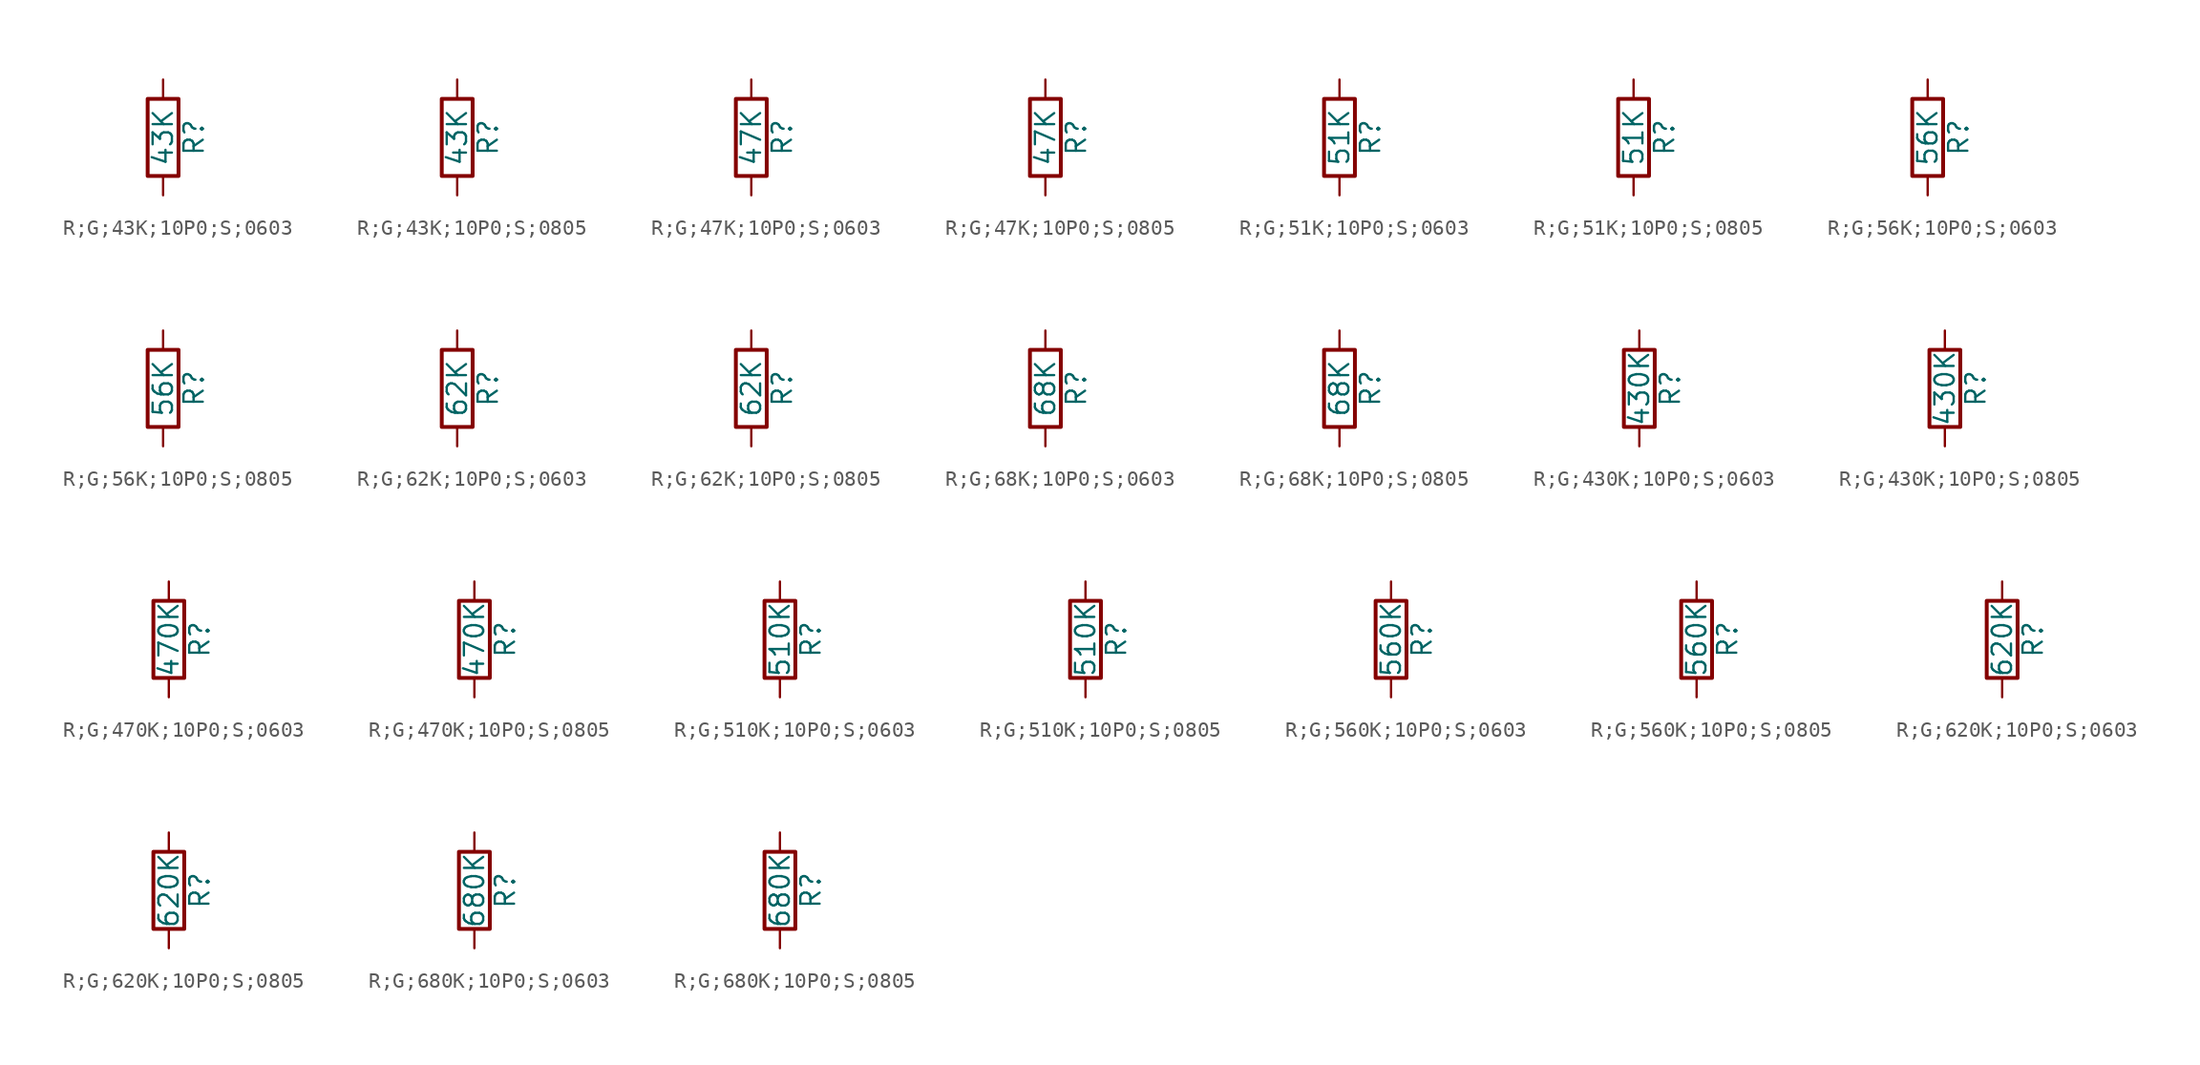
<source format=kicad_sym>
(kicad_symbol_lib
  (version 20231120)
  (generator "kicad_symbol_editor")
  (generator_version "8.0")
  (symbol "R;G;43K;10P0;S;0603"
    (pin_numbers hide)
    (pin_names
      (offset 0))
    (property "Reference" "R"
      (at 2.032 0 90)
      (effects (font (size 1.27 1.27))))
    (property "Value" "43K"
      (at 0 0 90)
      (effects (font (size 1.27 1.27))))
    (symbol "R;G;43K;10P0;S;0603_0_1"
      (rectangle (start -1.016 -2.54) (end 1.016 2.54) (stroke (width 0.254) (type default)) (fill (type none))))
    (symbol "R;G;43K;10P0;S;0603_1_1"
      (pin passive line (at 0 3.81 270) (length 1.27) (name "~" (effects (font (size 1.27 1.27)))) (number "1" (effects (font (size 1.27 1.27)))))
      (pin passive line (at 0 -3.81 90) (length 1.27) (name "~" (effects (font (size 1.27 1.27)))) (number "2" (effects (font (size 1.27 1.27)))))))
  (symbol "R;G;43K;10P0;S;0805"
    (pin_numbers hide)
    (pin_names
      (offset 0))
    (property "Reference" "R"
      (at 2.032 0 90)
      (effects (font (size 1.27 1.27))))
    (property "Value" "43K"
      (at 0 0 90)
      (effects (font (size 1.27 1.27))))
    (symbol "R;G;43K;10P0;S;0805_0_1"
      (rectangle (start -1.016 -2.54) (end 1.016 2.54) (stroke (width 0.254) (type default)) (fill (type none))))
    (symbol "R;G;43K;10P0;S;0805_1_1"
      (pin passive line (at 0 3.81 270) (length 1.27) (name "~" (effects (font (size 1.27 1.27)))) (number "1" (effects (font (size 1.27 1.27)))))
      (pin passive line (at 0 -3.81 90) (length 1.27) (name "~" (effects (font (size 1.27 1.27)))) (number "2" (effects (font (size 1.27 1.27)))))))
  (symbol "R;G;47K;10P0;S;0603"
    (pin_numbers hide)
    (pin_names
      (offset 0))
    (property "Reference" "R"
      (at 2.032 0 90)
      (effects (font (size 1.27 1.27))))
    (property "Value" "47K"
      (at 0 0 90)
      (effects (font (size 1.27 1.27))))
    (symbol "R;G;47K;10P0;S;0603_0_1"
      (rectangle (start -1.016 -2.54) (end 1.016 2.54) (stroke (width 0.254) (type default)) (fill (type none))))
    (symbol "R;G;47K;10P0;S;0603_1_1"
      (pin passive line (at 0 3.81 270) (length 1.27) (name "~" (effects (font (size 1.27 1.27)))) (number "1" (effects (font (size 1.27 1.27)))))
      (pin passive line (at 0 -3.81 90) (length 1.27) (name "~" (effects (font (size 1.27 1.27)))) (number "2" (effects (font (size 1.27 1.27)))))))
  (symbol "R;G;47K;10P0;S;0805"
    (pin_numbers hide)
    (pin_names
      (offset 0))
    (property "Reference" "R"
      (at 2.032 0 90)
      (effects (font (size 1.27 1.27))))
    (property "Value" "47K"
      (at 0 0 90)
      (effects (font (size 1.27 1.27))))
    (symbol "R;G;47K;10P0;S;0805_0_1"
      (rectangle (start -1.016 -2.54) (end 1.016 2.54) (stroke (width 0.254) (type default)) (fill (type none))))
    (symbol "R;G;47K;10P0;S;0805_1_1"
      (pin passive line (at 0 3.81 270) (length 1.27) (name "~" (effects (font (size 1.27 1.27)))) (number "1" (effects (font (size 1.27 1.27)))))
      (pin passive line (at 0 -3.81 90) (length 1.27) (name "~" (effects (font (size 1.27 1.27)))) (number "2" (effects (font (size 1.27 1.27)))))))
  (symbol "R;G;51K;10P0;S;0603"
    (pin_numbers hide)
    (pin_names
      (offset 0))
    (property "Reference" "R"
      (at 2.032 0 90)
      (effects (font (size 1.27 1.27))))
    (property "Value" "51K"
      (at 0 0 90)
      (effects (font (size 1.27 1.27))))
    (symbol "R;G;51K;10P0;S;0603_0_1"
      (rectangle (start -1.016 -2.54) (end 1.016 2.54) (stroke (width 0.254) (type default)) (fill (type none))))
    (symbol "R;G;51K;10P0;S;0603_1_1"
      (pin passive line (at 0 3.81 270) (length 1.27) (name "~" (effects (font (size 1.27 1.27)))) (number "1" (effects (font (size 1.27 1.27)))))
      (pin passive line (at 0 -3.81 90) (length 1.27) (name "~" (effects (font (size 1.27 1.27)))) (number "2" (effects (font (size 1.27 1.27)))))))
  (symbol "R;G;51K;10P0;S;0805"
    (pin_numbers hide)
    (pin_names
      (offset 0))
    (property "Reference" "R"
      (at 2.032 0 90)
      (effects (font (size 1.27 1.27))))
    (property "Value" "51K"
      (at 0 0 90)
      (effects (font (size 1.27 1.27))))
    (symbol "R;G;51K;10P0;S;0805_0_1"
      (rectangle (start -1.016 -2.54) (end 1.016 2.54) (stroke (width 0.254) (type default)) (fill (type none))))
    (symbol "R;G;51K;10P0;S;0805_1_1"
      (pin passive line (at 0 3.81 270) (length 1.27) (name "~" (effects (font (size 1.27 1.27)))) (number "1" (effects (font (size 1.27 1.27)))))
      (pin passive line (at 0 -3.81 90) (length 1.27) (name "~" (effects (font (size 1.27 1.27)))) (number "2" (effects (font (size 1.27 1.27)))))))
  (symbol "R;G;56K;10P0;S;0603"
    (pin_numbers hide)
    (pin_names
      (offset 0))
    (property "Reference" "R"
      (at 2.032 0 90)
      (effects (font (size 1.27 1.27))))
    (property "Value" "56K"
      (at 0 0 90)
      (effects (font (size 1.27 1.27))))
    (symbol "R;G;56K;10P0;S;0603_0_1"
      (rectangle (start -1.016 -2.54) (end 1.016 2.54) (stroke (width 0.254) (type default)) (fill (type none))))
    (symbol "R;G;56K;10P0;S;0603_1_1"
      (pin passive line (at 0 3.81 270) (length 1.27) (name "~" (effects (font (size 1.27 1.27)))) (number "1" (effects (font (size 1.27 1.27)))))
      (pin passive line (at 0 -3.81 90) (length 1.27) (name "~" (effects (font (size 1.27 1.27)))) (number "2" (effects (font (size 1.27 1.27)))))))
  (symbol "R;G;56K;10P0;S;0805"
    (pin_numbers hide)
    (pin_names
      (offset 0))
    (property "Reference" "R"
      (at 2.032 0 90)
      (effects (font (size 1.27 1.27))))
    (property "Value" "56K"
      (at 0 0 90)
      (effects (font (size 1.27 1.27))))
    (symbol "R;G;56K;10P0;S;0805_0_1"
      (rectangle (start -1.016 -2.54) (end 1.016 2.54) (stroke (width 0.254) (type default)) (fill (type none))))
    (symbol "R;G;56K;10P0;S;0805_1_1"
      (pin passive line (at 0 3.81 270) (length 1.27) (name "~" (effects (font (size 1.27 1.27)))) (number "1" (effects (font (size 1.27 1.27)))))
      (pin passive line (at 0 -3.81 90) (length 1.27) (name "~" (effects (font (size 1.27 1.27)))) (number "2" (effects (font (size 1.27 1.27)))))))
  (symbol "R;G;62K;10P0;S;0603"
    (pin_numbers hide)
    (pin_names
      (offset 0))
    (property "Reference" "R"
      (at 2.032 0 90)
      (effects (font (size 1.27 1.27))))
    (property "Value" "62K"
      (at 0 0 90)
      (effects (font (size 1.27 1.27))))
    (symbol "R;G;62K;10P0;S;0603_0_1"
      (rectangle (start -1.016 -2.54) (end 1.016 2.54) (stroke (width 0.254) (type default)) (fill (type none))))
    (symbol "R;G;62K;10P0;S;0603_1_1"
      (pin passive line (at 0 3.81 270) (length 1.27) (name "~" (effects (font (size 1.27 1.27)))) (number "1" (effects (font (size 1.27 1.27)))))
      (pin passive line (at 0 -3.81 90) (length 1.27) (name "~" (effects (font (size 1.27 1.27)))) (number "2" (effects (font (size 1.27 1.27)))))))
  (symbol "R;G;62K;10P0;S;0805"
    (pin_numbers hide)
    (pin_names
      (offset 0))
    (property "Reference" "R"
      (at 2.032 0 90)
      (effects (font (size 1.27 1.27))))
    (property "Value" "62K"
      (at 0 0 90)
      (effects (font (size 1.27 1.27))))
    (symbol "R;G;62K;10P0;S;0805_0_1"
      (rectangle (start -1.016 -2.54) (end 1.016 2.54) (stroke (width 0.254) (type default)) (fill (type none))))
    (symbol "R;G;62K;10P0;S;0805_1_1"
      (pin passive line (at 0 3.81 270) (length 1.27) (name "~" (effects (font (size 1.27 1.27)))) (number "1" (effects (font (size 1.27 1.27)))))
      (pin passive line (at 0 -3.81 90) (length 1.27) (name "~" (effects (font (size 1.27 1.27)))) (number "2" (effects (font (size 1.27 1.27)))))))
  (symbol "R;G;68K;10P0;S;0603"
    (pin_numbers hide)
    (pin_names
      (offset 0))
    (property "Reference" "R"
      (at 2.032 0 90)
      (effects (font (size 1.27 1.27))))
    (property "Value" "68K"
      (at 0 0 90)
      (effects (font (size 1.27 1.27))))
    (symbol "R;G;68K;10P0;S;0603_0_1"
      (rectangle (start -1.016 -2.54) (end 1.016 2.54) (stroke (width 0.254) (type default)) (fill (type none))))
    (symbol "R;G;68K;10P0;S;0603_1_1"
      (pin passive line (at 0 3.81 270) (length 1.27) (name "~" (effects (font (size 1.27 1.27)))) (number "1" (effects (font (size 1.27 1.27)))))
      (pin passive line (at 0 -3.81 90) (length 1.27) (name "~" (effects (font (size 1.27 1.27)))) (number "2" (effects (font (size 1.27 1.27)))))))
  (symbol "R;G;68K;10P0;S;0805"
    (pin_numbers hide)
    (pin_names
      (offset 0))
    (property "Reference" "R"
      (at 2.032 0 90)
      (effects (font (size 1.27 1.27))))
    (property "Value" "68K"
      (at 0 0 90)
      (effects (font (size 1.27 1.27))))
    (symbol "R;G;68K;10P0;S;0805_0_1"
      (rectangle (start -1.016 -2.54) (end 1.016 2.54) (stroke (width 0.254) (type default)) (fill (type none))))
    (symbol "R;G;68K;10P0;S;0805_1_1"
      (pin passive line (at 0 3.81 270) (length 1.27) (name "~" (effects (font (size 1.27 1.27)))) (number "1" (effects (font (size 1.27 1.27)))))
      (pin passive line (at 0 -3.81 90) (length 1.27) (name "~" (effects (font (size 1.27 1.27)))) (number "2" (effects (font (size 1.27 1.27)))))))
  (symbol "R;G;430K;10P0;S;0603"
    (pin_numbers hide)
    (pin_names
      (offset 0))
    (property "Reference" "R"
      (at 2.032 0 90)
      (effects (font (size 1.27 1.27))))
    (property "Value" "430K"
      (at 0 0 90)
      (effects (font (size 1.27 1.27))))
    (symbol "R;G;430K;10P0;S;0603_0_1"
      (rectangle (start -1.016 -2.54) (end 1.016 2.54) (stroke (width 0.254) (type default)) (fill (type none))))
    (symbol "R;G;430K;10P0;S;0603_1_1"
      (pin passive line (at 0 3.81 270) (length 1.27) (name "~" (effects (font (size 1.27 1.27)))) (number "1" (effects (font (size 1.27 1.27)))))
      (pin passive line (at 0 -3.81 90) (length 1.27) (name "~" (effects (font (size 1.27 1.27)))) (number "2" (effects (font (size 1.27 1.27)))))))
  (symbol "R;G;430K;10P0;S;0805"
    (pin_numbers hide)
    (pin_names
      (offset 0))
    (property "Reference" "R"
      (at 2.032 0 90)
      (effects (font (size 1.27 1.27))))
    (property "Value" "430K"
      (at 0 0 90)
      (effects (font (size 1.27 1.27))))
    (symbol "R;G;430K;10P0;S;0805_0_1"
      (rectangle (start -1.016 -2.54) (end 1.016 2.54) (stroke (width 0.254) (type default)) (fill (type none))))
    (symbol "R;G;430K;10P0;S;0805_1_1"
      (pin passive line (at 0 3.81 270) (length 1.27) (name "~" (effects (font (size 1.27 1.27)))) (number "1" (effects (font (size 1.27 1.27)))))
      (pin passive line (at 0 -3.81 90) (length 1.27) (name "~" (effects (font (size 1.27 1.27)))) (number "2" (effects (font (size 1.27 1.27)))))))
  (symbol "R;G;470K;10P0;S;0603"
    (pin_numbers hide)
    (pin_names
      (offset 0))
    (property "Reference" "R"
      (at 2.032 0 90)
      (effects (font (size 1.27 1.27))))
    (property "Value" "470K"
      (at 0 0 90)
      (effects (font (size 1.27 1.27))))
    (symbol "R;G;470K;10P0;S;0603_0_1"
      (rectangle (start -1.016 -2.54) (end 1.016 2.54) (stroke (width 0.254) (type default)) (fill (type none))))
    (symbol "R;G;470K;10P0;S;0603_1_1"
      (pin passive line (at 0 3.81 270) (length 1.27) (name "~" (effects (font (size 1.27 1.27)))) (number "1" (effects (font (size 1.27 1.27)))))
      (pin passive line (at 0 -3.81 90) (length 1.27) (name "~" (effects (font (size 1.27 1.27)))) (number "2" (effects (font (size 1.27 1.27)))))))
  (symbol "R;G;470K;10P0;S;0805"
    (pin_numbers hide)
    (pin_names
      (offset 0))
    (property "Reference" "R"
      (at 2.032 0 90)
      (effects (font (size 1.27 1.27))))
    (property "Value" "470K"
      (at 0 0 90)
      (effects (font (size 1.27 1.27))))
    (symbol "R;G;470K;10P0;S;0805_0_1"
      (rectangle (start -1.016 -2.54) (end 1.016 2.54) (stroke (width 0.254) (type default)) (fill (type none))))
    (symbol "R;G;470K;10P0;S;0805_1_1"
      (pin passive line (at 0 3.81 270) (length 1.27) (name "~" (effects (font (size 1.27 1.27)))) (number "1" (effects (font (size 1.27 1.27)))))
      (pin passive line (at 0 -3.81 90) (length 1.27) (name "~" (effects (font (size 1.27 1.27)))) (number "2" (effects (font (size 1.27 1.27)))))))
  (symbol "R;G;510K;10P0;S;0603"
    (pin_numbers hide)
    (pin_names
      (offset 0))
    (property "Reference" "R"
      (at 2.032 0 90)
      (effects (font (size 1.27 1.27))))
    (property "Value" "510K"
      (at 0 0 90)
      (effects (font (size 1.27 1.27))))
    (symbol "R;G;510K;10P0;S;0603_0_1"
      (rectangle (start -1.016 -2.54) (end 1.016 2.54) (stroke (width 0.254) (type default)) (fill (type none))))
    (symbol "R;G;510K;10P0;S;0603_1_1"
      (pin passive line (at 0 3.81 270) (length 1.27) (name "~" (effects (font (size 1.27 1.27)))) (number "1" (effects (font (size 1.27 1.27)))))
      (pin passive line (at 0 -3.81 90) (length 1.27) (name "~" (effects (font (size 1.27 1.27)))) (number "2" (effects (font (size 1.27 1.27)))))))
  (symbol "R;G;510K;10P0;S;0805"
    (pin_numbers hide)
    (pin_names
      (offset 0))
    (property "Reference" "R"
      (at 2.032 0 90)
      (effects (font (size 1.27 1.27))))
    (property "Value" "510K"
      (at 0 0 90)
      (effects (font (size 1.27 1.27))))
    (symbol "R;G;510K;10P0;S;0805_0_1"
      (rectangle (start -1.016 -2.54) (end 1.016 2.54) (stroke (width 0.254) (type default)) (fill (type none))))
    (symbol "R;G;510K;10P0;S;0805_1_1"
      (pin passive line (at 0 3.81 270) (length 1.27) (name "~" (effects (font (size 1.27 1.27)))) (number "1" (effects (font (size 1.27 1.27)))))
      (pin passive line (at 0 -3.81 90) (length 1.27) (name "~" (effects (font (size 1.27 1.27)))) (number "2" (effects (font (size 1.27 1.27)))))))
  (symbol "R;G;560K;10P0;S;0603"
    (pin_numbers hide)
    (pin_names
      (offset 0))
    (property "Reference" "R"
      (at 2.032 0 90)
      (effects (font (size 1.27 1.27))))
    (property "Value" "560K"
      (at 0 0 90)
      (effects (font (size 1.27 1.27))))
    (symbol "R;G;560K;10P0;S;0603_0_1"
      (rectangle (start -1.016 -2.54) (end 1.016 2.54) (stroke (width 0.254) (type default)) (fill (type none))))
    (symbol "R;G;560K;10P0;S;0603_1_1"
      (pin passive line (at 0 3.81 270) (length 1.27) (name "~" (effects (font (size 1.27 1.27)))) (number "1" (effects (font (size 1.27 1.27)))))
      (pin passive line (at 0 -3.81 90) (length 1.27) (name "~" (effects (font (size 1.27 1.27)))) (number "2" (effects (font (size 1.27 1.27)))))))
  (symbol "R;G;560K;10P0;S;0805"
    (pin_numbers hide)
    (pin_names
      (offset 0))
    (property "Reference" "R"
      (at 2.032 0 90)
      (effects (font (size 1.27 1.27))))
    (property "Value" "560K"
      (at 0 0 90)
      (effects (font (size 1.27 1.27))))
    (symbol "R;G;560K;10P0;S;0805_0_1"
      (rectangle (start -1.016 -2.54) (end 1.016 2.54) (stroke (width 0.254) (type default)) (fill (type none))))
    (symbol "R;G;560K;10P0;S;0805_1_1"
      (pin passive line (at 0 3.81 270) (length 1.27) (name "~" (effects (font (size 1.27 1.27)))) (number "1" (effects (font (size 1.27 1.27)))))
      (pin passive line (at 0 -3.81 90) (length 1.27) (name "~" (effects (font (size 1.27 1.27)))) (number "2" (effects (font (size 1.27 1.27)))))))
  (symbol "R;G;620K;10P0;S;0603"
    (pin_numbers hide)
    (pin_names
      (offset 0))
    (property "Reference" "R"
      (at 2.032 0 90)
      (effects (font (size 1.27 1.27))))
    (property "Value" "620K"
      (at 0 0 90)
      (effects (font (size 1.27 1.27))))
    (symbol "R;G;620K;10P0;S;0603_0_1"
      (rectangle (start -1.016 -2.54) (end 1.016 2.54) (stroke (width 0.254) (type default)) (fill (type none))))
    (symbol "R;G;620K;10P0;S;0603_1_1"
      (pin passive line (at 0 3.81 270) (length 1.27) (name "~" (effects (font (size 1.27 1.27)))) (number "1" (effects (font (size 1.27 1.27)))))
      (pin passive line (at 0 -3.81 90) (length 1.27) (name "~" (effects (font (size 1.27 1.27)))) (number "2" (effects (font (size 1.27 1.27)))))))
  (symbol "R;G;620K;10P0;S;0805"
    (pin_numbers hide)
    (pin_names
      (offset 0))
    (property "Reference" "R"
      (at 2.032 0 90)
      (effects (font (size 1.27 1.27))))
    (property "Value" "620K"
      (at 0 0 90)
      (effects (font (size 1.27 1.27))))
    (symbol "R;G;620K;10P0;S;0805_0_1"
      (rectangle (start -1.016 -2.54) (end 1.016 2.54) (stroke (width 0.254) (type default)) (fill (type none))))
    (symbol "R;G;620K;10P0;S;0805_1_1"
      (pin passive line (at 0 3.81 270) (length 1.27) (name "~" (effects (font (size 1.27 1.27)))) (number "1" (effects (font (size 1.27 1.27)))))
      (pin passive line (at 0 -3.81 90) (length 1.27) (name "~" (effects (font (size 1.27 1.27)))) (number "2" (effects (font (size 1.27 1.27)))))))
  (symbol "R;G;680K;10P0;S;0603"
    (pin_numbers hide)
    (pin_names
      (offset 0))
    (property "Reference" "R"
      (at 2.032 0 90)
      (effects (font (size 1.27 1.27))))
    (property "Value" "680K"
      (at 0 0 90)
      (effects (font (size 1.27 1.27))))
    (symbol "R;G;680K;10P0;S;0603_0_1"
      (rectangle (start -1.016 -2.54) (end 1.016 2.54) (stroke (width 0.254) (type default)) (fill (type none))))
    (symbol "R;G;680K;10P0;S;0603_1_1"
      (pin passive line (at 0 3.81 270) (length 1.27) (name "~" (effects (font (size 1.27 1.27)))) (number "1" (effects (font (size 1.27 1.27)))))
      (pin passive line (at 0 -3.81 90) (length 1.27) (name "~" (effects (font (size 1.27 1.27)))) (number "2" (effects (font (size 1.27 1.27)))))))
  (symbol "R;G;680K;10P0;S;0805"
    (pin_numbers hide)
    (pin_names
      (offset 0))
    (property "Reference" "R"
      (at 2.032 0 90)
      (effects (font (size 1.27 1.27))))
    (property "Value" "680K"
      (at 0 0 90)
      (effects (font (size 1.27 1.27))))
    (symbol "R;G;680K;10P0;S;0805_0_1"
      (rectangle (start -1.016 -2.54) (end 1.016 2.54) (stroke (width 0.254) (type default)) (fill (type none))))
    (symbol "R;G;680K;10P0;S;0805_1_1"
      (pin passive line (at 0 3.81 270) (length 1.27) (name "~" (effects (font (size 1.27 1.27)))) (number "1" (effects (font (size 1.27 1.27)))))
      (pin passive line (at 0 -3.81 90) (length 1.27) (name "~" (effects (font (size 1.27 1.27)))) (number "2" (effects (font (size 1.27 1.27))))))))
</source>
